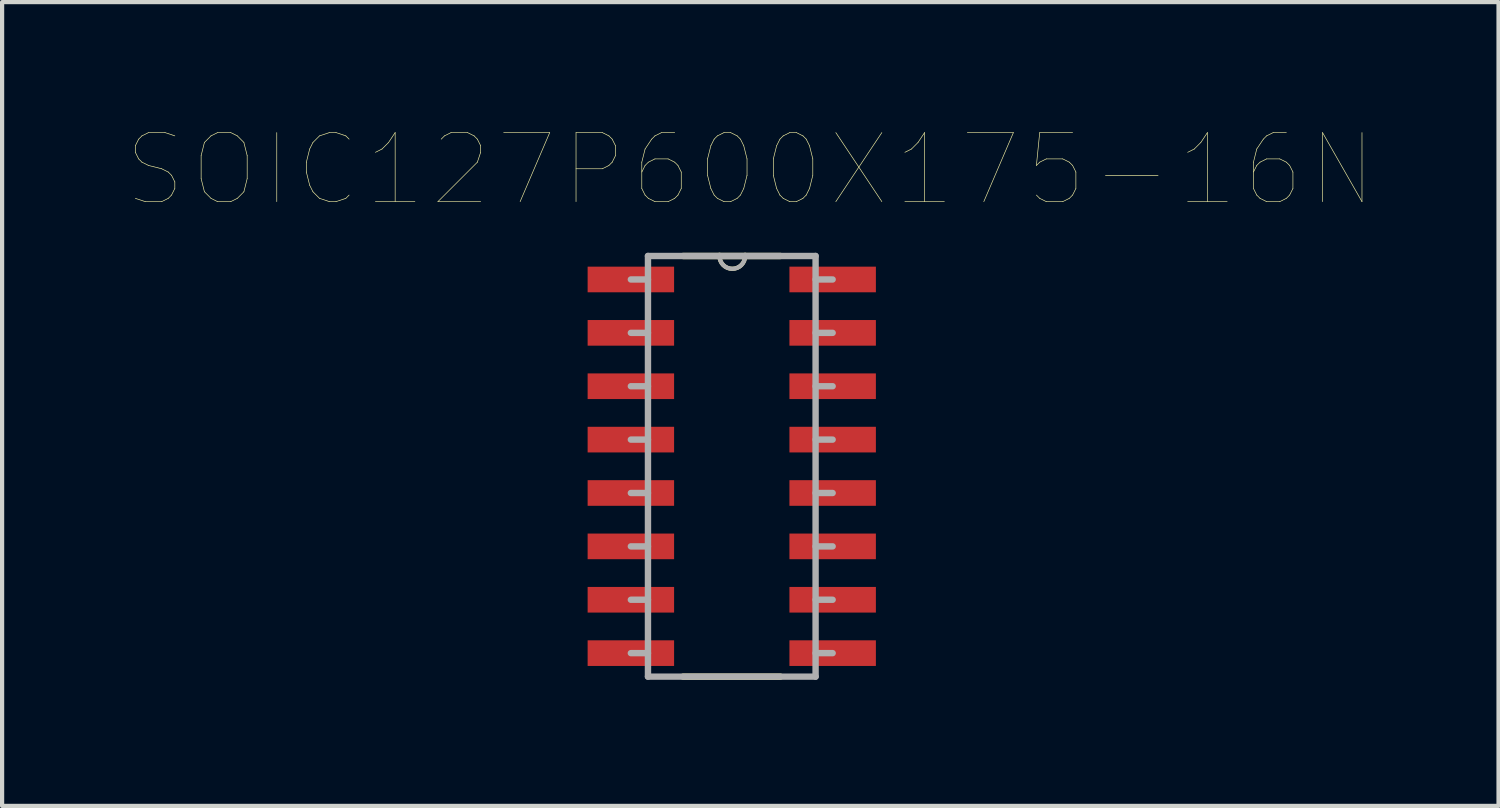
<source format=kicad_pcb>
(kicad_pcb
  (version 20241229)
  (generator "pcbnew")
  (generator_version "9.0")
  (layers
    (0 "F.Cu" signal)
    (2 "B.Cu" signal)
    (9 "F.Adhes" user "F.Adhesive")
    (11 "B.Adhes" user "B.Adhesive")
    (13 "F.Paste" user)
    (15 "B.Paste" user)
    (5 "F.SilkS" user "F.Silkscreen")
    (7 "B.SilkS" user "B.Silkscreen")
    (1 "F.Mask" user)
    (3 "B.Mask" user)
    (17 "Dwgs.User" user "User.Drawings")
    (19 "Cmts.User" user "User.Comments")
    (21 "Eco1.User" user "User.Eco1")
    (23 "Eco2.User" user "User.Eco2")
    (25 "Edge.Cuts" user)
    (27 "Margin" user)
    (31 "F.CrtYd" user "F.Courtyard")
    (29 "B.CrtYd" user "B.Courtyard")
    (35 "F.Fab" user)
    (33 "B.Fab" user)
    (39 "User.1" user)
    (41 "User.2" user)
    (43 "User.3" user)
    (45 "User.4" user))
  (footprint "SOIC127P600X175-16N"
    (layer "F.Cu")
    (at 16.76 12.489)
    (property "Reference" "SOIC127P600X175-16N" (at -1.959 -11.501 0) (layer "F.SilkS") (effects (font (size 1.643 1.643) (thickness 0.015))))
    (attr through_hole)
    (fp_line (start -3.556 0.559) (end -1.245 0.559) (stroke (width 0.152) (type solid)) (layer "F.SilkS"))
    (fp_line (start -2.692 -9.449) (end -3.556 -9.449) (stroke (width 0.152) (type solid)) (layer "F.SilkS"))
    (fp_line (start -2.083 -9.449) (end -2.692 -9.449) (stroke (width 0.152) (type solid)) (layer "F.SilkS"))
    (fp_line (start -1.245 -9.449) (end -2.083 -9.449) (stroke (width 0.152) (type solid)) (layer "F.SilkS"))
    (fp_arc (start -2.0828 -9.4488) (mid -2.3876 -9.144) (end -2.6924 -9.4488) (stroke (width 0.1) (type solid)) (layer "F.SilkS"))
    (fp_line (start -4.801 -8.89) (end -4.394 -8.89) (stroke (width 0.152) (type solid)) (layer "F.Fab"))
    (fp_line (start -4.801 -7.62) (end -4.394 -7.62) (stroke (width 0.152) (type solid)) (layer "F.Fab"))
    (fp_line (start -4.801 -6.35) (end -4.394 -6.35) (stroke (width 0.152) (type solid)) (layer "F.Fab"))
    (fp_line (start -4.801 -5.08) (end -4.394 -5.08) (stroke (width 0.152) (type solid)) (layer "F.Fab"))
    (fp_line (start -4.801 -3.81) (end -4.394 -3.81) (stroke (width 0.152) (type solid)) (layer "F.Fab"))
    (fp_line (start -4.801 -2.54) (end -4.394 -2.54) (stroke (width 0.152) (type solid)) (layer "F.Fab"))
    (fp_line (start -4.801 -1.27) (end -4.394 -1.27) (stroke (width 0.152) (type solid)) (layer "F.Fab"))
    (fp_line (start -4.801 0) (end -4.394 0) (stroke (width 0.152) (type solid)) (layer "F.Fab"))
    (fp_line (start -4.394 -9.449) (end -4.394 0.559) (stroke (width 0.152) (type solid)) (layer "F.Fab"))
    (fp_line (start -4.394 0.559) (end -0.406 0.559) (stroke (width 0.152) (type solid)) (layer "F.Fab"))
    (fp_line (start -2.692 -9.449) (end -4.394 -9.449) (stroke (width 0.152) (type solid)) (layer "F.Fab"))
    (fp_line (start -2.083 -9.449) (end -2.692 -9.449) (stroke (width 0.152) (type solid)) (layer "F.Fab"))
    (fp_line (start -0.406 -9.449) (end -2.083 -9.449) (stroke (width 0.152) (type solid)) (layer "F.Fab"))
    (fp_line (start -0.406 0.559) (end -0.406 -9.449) (stroke (width 0.152) (type solid)) (layer "F.Fab"))
    (fp_line (start 0 -8.89) (end -0.406 -8.89) (stroke (width 0.152) (type solid)) (layer "F.Fab"))
    (fp_line (start 0 -7.62) (end -0.406 -7.62) (stroke (width 0.152) (type solid)) (layer "F.Fab"))
    (fp_line (start 0 -6.35) (end -0.406 -6.35) (stroke (width 0.152) (type solid)) (layer "F.Fab"))
    (fp_line (start 0 -5.08) (end -0.406 -5.08) (stroke (width 0.152) (type solid)) (layer "F.Fab"))
    (fp_line (start 0 -3.81) (end -0.406 -3.81) (stroke (width 0.152) (type solid)) (layer "F.Fab"))
    (fp_line (start 0 -2.54) (end -0.406 -2.54) (stroke (width 0.152) (type solid)) (layer "F.Fab"))
    (fp_line (start 0 -1.27) (end -0.406 -1.27) (stroke (width 0.152) (type solid)) (layer "F.Fab"))
    (fp_line (start 0 0) (end -0.406 0) (stroke (width 0.152) (type solid)) (layer "F.Fab"))
    (fp_arc (start -2.0828 -9.4488) (mid -2.3876 -9.144) (end -2.6924 -9.4488) (stroke (width 0.1) (type solid)) (layer "F.Fab"))
    (pad "1" smd rect (at -4.801 -8.89) (size 2.057 0.61) (layers "F.Cu" "F.Mask" "F.Paste"))
    (pad "2" smd rect (at -4.801 -7.62) (size 2.057 0.61) (layers "F.Cu" "F.Mask" "F.Paste"))
    (pad "3" smd rect (at -4.801 -6.35) (size 2.057 0.61) (layers "F.Cu" "F.Mask" "F.Paste"))
    (pad "4" smd rect (at -4.801 -5.08) (size 2.057 0.61) (layers "F.Cu" "F.Mask" "F.Paste"))
    (pad "5" smd rect (at -4.801 -3.81) (size 2.057 0.61) (layers "F.Cu" "F.Mask" "F.Paste"))
    (pad "6" smd rect (at -4.801 -2.54) (size 2.057 0.61) (layers "F.Cu" "F.Mask" "F.Paste"))
    (pad "7" smd rect (at -4.801 -1.27) (size 2.057 0.61) (layers "F.Cu" "F.Mask" "F.Paste"))
    (pad "8" smd rect (at -4.801 0) (size 2.057 0.61) (layers "F.Cu" "F.Mask" "F.Paste"))
    (pad "9" smd rect (at 0 0) (size 2.057 0.61) (layers "F.Cu" "F.Mask" "F.Paste"))
    (pad "10" smd rect (at 0 -1.27) (size 2.057 0.61) (layers "F.Cu" "F.Mask" "F.Paste"))
    (pad "11" smd rect (at 0 -2.54) (size 2.057 0.61) (layers "F.Cu" "F.Mask" "F.Paste"))
    (pad "12" smd rect (at 0 -3.81) (size 2.057 0.61) (layers "F.Cu" "F.Mask" "F.Paste"))
    (pad "13" smd rect (at 0 -5.08) (size 2.057 0.61) (layers "F.Cu" "F.Mask" "F.Paste"))
    (pad "14" smd rect (at 0 -6.35) (size 2.057 0.61) (layers "F.Cu" "F.Mask" "F.Paste"))
    (pad "15" smd rect (at 0 -7.62) (size 2.057 0.61) (layers "F.Cu" "F.Mask" "F.Paste"))
    (pad "16" smd rect (at 0 -8.89) (size 2.057 0.61) (layers "F.Cu" "F.Mask" "F.Paste")))
  (gr_rect
    (start -3 -3)
    (end 32.602 16.124)
    (stroke (width 0.1) (type default))
    (fill no)
    (layer "Edge.Cuts")))
</source>
